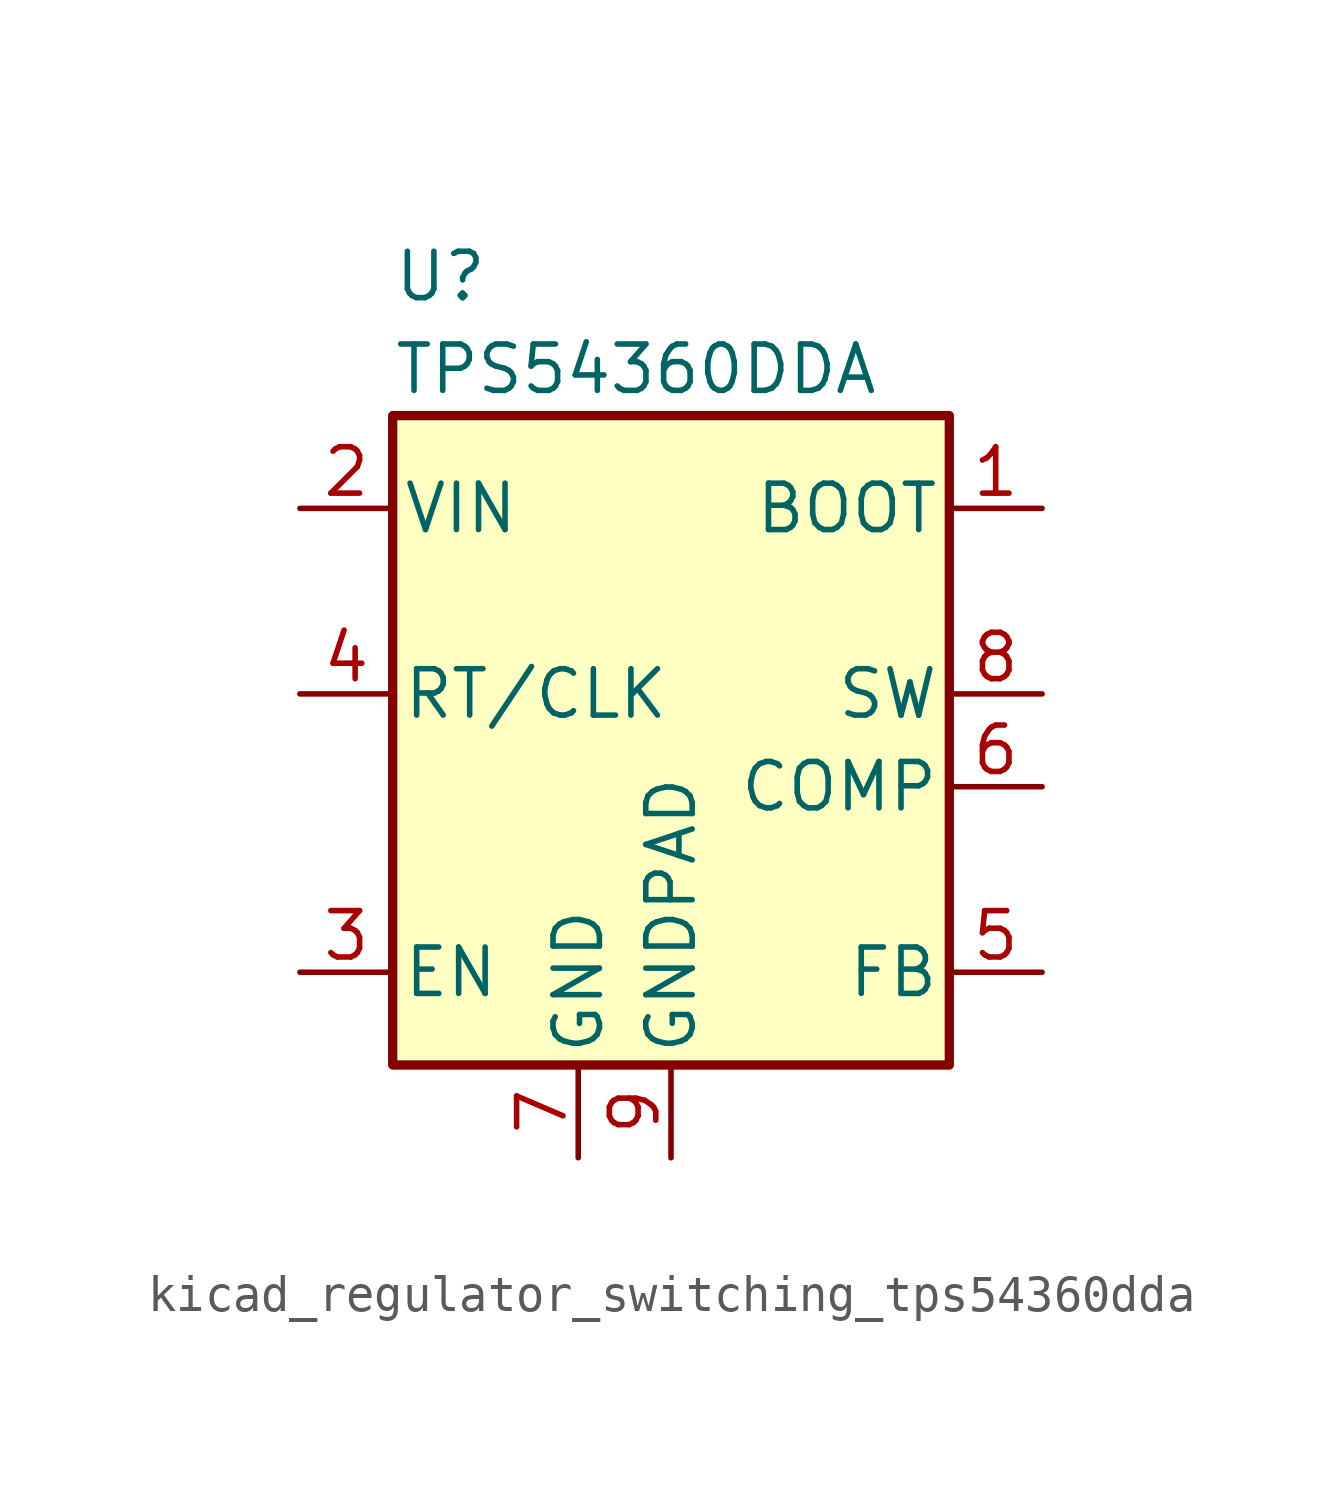
<source format=kicad_sym>
(kicad_symbol_lib
  (version 20220914)
  (generator kicad_symbol_editor)
  (symbol "kicad_regulator_switching_tps54360dda"
    (pin_names
      (offset 0.254))
    (property "Reference" "U"
      (at -7.62 11.43 0)
      (effects (font (size 1.27 1.27)) (justify left)))
    (property "Value" "TPS54360DDA"
      (at -7.62 8.89 0)
      (effects (font (size 1.27 1.27)) (justify left)))
    (symbol "kicad_regulator_switching_tps54360dda_0_1"
      (rectangle (start -7.62 7.62) (end 7.62 -10.16) (stroke (width 0.254) (type default)) (fill (type background))))
    (symbol "kicad_regulator_switching_tps54360dda_1_1"
      (pin input line (at 10.16 5.08 180) (length 2.54) (name "BOOT" (effects (font (size 1.27 1.27)))) (number "1" (effects (font (size 1.27 1.27)))))
      (pin power_in line (at -10.16 5.08 0) (length 2.54) (name "VIN" (effects (font (size 1.27 1.27)))) (number "2" (effects (font (size 1.27 1.27)))))
      (pin input line (at -10.16 -7.62 0) (length 2.54) (name "EN" (effects (font (size 1.27 1.27)))) (number "3" (effects (font (size 1.27 1.27)))))
      (pin input line (at -10.16 0 0) (length 2.54) (name "RT/CLK" (effects (font (size 1.27 1.27)))) (number "4" (effects (font (size 1.27 1.27)))))
      (pin input line (at 10.16 -7.62 180) (length 2.54) (name "FB" (effects (font (size 1.27 1.27)))) (number "5" (effects (font (size 1.27 1.27)))))
      (pin passive line (at 10.16 -2.54 180) (length 2.54) (name "COMP" (effects (font (size 1.27 1.27)))) (number "6" (effects (font (size 1.27 1.27)))))
      (pin power_in line (at -2.54 -12.7 90) (length 2.54) (name "GND" (effects (font (size 1.27 1.27)))) (number "7" (effects (font (size 1.27 1.27)))))
      (pin output line (at 10.16 0 180) (length 2.54) (name "SW" (effects (font (size 1.27 1.27)))) (number "8" (effects (font (size 1.27 1.27)))))
      (pin power_in line (at 0 -12.7 90) (length 2.54) (name "GNDPAD" (effects (font (size 1.27 1.27)))) (number "9" (effects (font (size 1.27 1.27))))))))
</source>
